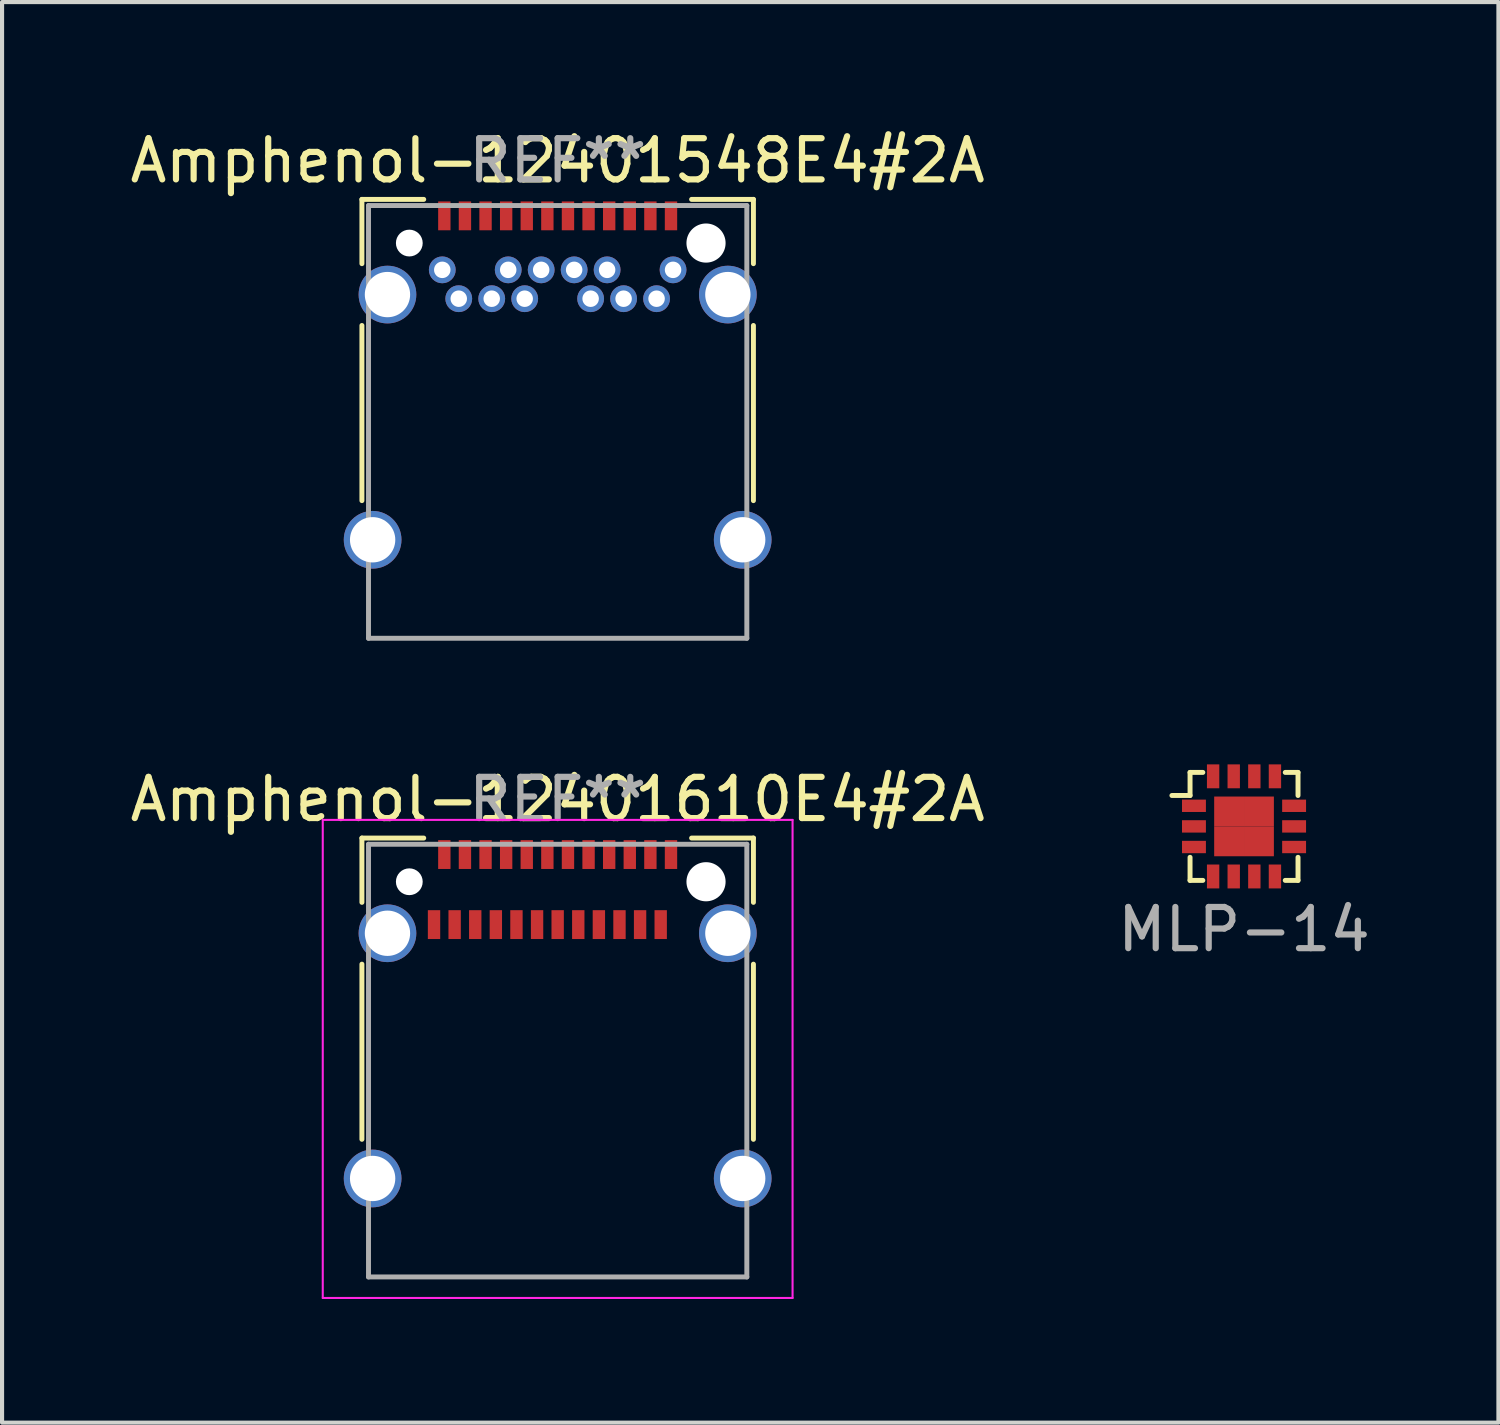
<source format=kicad_pcb>
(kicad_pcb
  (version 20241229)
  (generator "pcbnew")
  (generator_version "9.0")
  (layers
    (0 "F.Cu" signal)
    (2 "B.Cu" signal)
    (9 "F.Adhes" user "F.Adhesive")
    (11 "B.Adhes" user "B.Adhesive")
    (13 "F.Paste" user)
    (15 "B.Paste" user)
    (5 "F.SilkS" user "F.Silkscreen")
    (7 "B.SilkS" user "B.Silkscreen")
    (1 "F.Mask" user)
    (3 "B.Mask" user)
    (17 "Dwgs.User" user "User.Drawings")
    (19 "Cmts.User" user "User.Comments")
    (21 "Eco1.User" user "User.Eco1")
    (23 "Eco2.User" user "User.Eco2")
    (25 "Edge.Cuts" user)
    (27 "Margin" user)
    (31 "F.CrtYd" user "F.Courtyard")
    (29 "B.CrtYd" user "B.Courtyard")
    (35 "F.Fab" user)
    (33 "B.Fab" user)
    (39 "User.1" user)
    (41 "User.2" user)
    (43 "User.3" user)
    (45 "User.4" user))
  (footprint "MLP-14"
    (layer "F.Cu")
    (at 27.137 17.003)
    (property "Reference" "MLP-14" (at 0 2.5 0) (layer "F.Fab") (effects (font (size 1 1) (thickness 0.15))))
    (attr through_hole)
    (fp_line (start -1.75 -0.75) (end -1.31 -0.75) (stroke (width 0.12) (type solid)) (layer "F.SilkS"))
    (fp_line (start -1.31 -1.31) (end -1.31 -0.75) (stroke (width 0.12) (type solid)) (layer "F.SilkS"))
    (fp_line (start -1.31 1.31) (end -1.31 0.75) (stroke (width 0.12) (type solid)) (layer "F.SilkS"))
    (fp_line (start -1 -1.31) (end -1.31 -1.31) (stroke (width 0.12) (type solid)) (layer "F.SilkS"))
    (fp_line (start -1 1.31) (end -1.31 1.31) (stroke (width 0.12) (type solid)) (layer "F.SilkS"))
    (fp_line (start 1 -1.31) (end 1.31 -1.31) (stroke (width 0.12) (type solid)) (layer "F.SilkS"))
    (fp_line (start 1 1.31) (end 1.31 1.31) (stroke (width 0.12) (type solid)) (layer "F.SilkS"))
    (fp_line (start 1.31 -1.31) (end 1.31 -0.75) (stroke (width 0.12) (type solid)) (layer "F.SilkS"))
    (fp_line (start 1.31 1.31) (end 1.31 0.75) (stroke (width 0.12) (type solid)) (layer "F.SilkS"))
    (pad "1" smd rect (at -1.215 -0.5) (size 0.58 0.3) (layers "F.Cu" "F.Mask" "F.Paste"))
    (pad "2" smd rect (at -1.215 0) (size 0.58 0.3) (layers "F.Cu" "F.Mask" "F.Paste"))
    (pad "3" smd rect (at -1.215 0.5) (size 0.58 0.3) (layers "F.Cu" "F.Mask" "F.Paste"))
    (pad "4" smd rect (at -0.75 1.215) (size 0.3 0.58) (layers "F.Cu" "F.Mask" "F.Paste"))
    (pad "5" smd rect (at -0.25 1.215) (size 0.3 0.58) (layers "F.Cu" "F.Mask" "F.Paste"))
    (pad "6" smd rect (at 0.25 1.215) (size 0.3 0.58) (layers "F.Cu" "F.Mask" "F.Paste"))
    (pad "7" smd rect (at 0.75 1.215) (size 0.3 0.58) (layers "F.Cu" "F.Mask" "F.Paste"))
    (pad "8" smd rect (at 1.215 0.5) (size 0.58 0.3) (layers "F.Cu" "F.Mask" "F.Paste"))
    (pad "9" smd rect (at 1.215 0) (size 0.58 0.3) (layers "F.Cu" "F.Mask" "F.Paste"))
    (pad "10" smd rect (at 1.215 -0.5) (size 0.58 0.3) (layers "F.Cu" "F.Mask" "F.Paste"))
    (pad "11" smd rect (at 0.75 -1.215) (size 0.3 0.58) (layers "F.Cu" "F.Mask" "F.Paste"))
    (pad "12" smd rect (at 0.25 -1.215) (size 0.3 0.58) (layers "F.Cu" "F.Mask" "F.Paste"))
    (pad "13" smd rect (at -0.25 -1.215) (size 0.3 0.58) (layers "F.Cu" "F.Mask" "F.Paste"))
    (pad "14" smd rect (at -0.75 -1.215) (size 0.3 0.58) (layers "F.Cu" "F.Mask" "F.Paste"))
    (pad "15" smd rect (at -0.362 -0.362) (size 0.725 0.725) (layers "F.Cu" "F.Mask" "F.Paste"))
    (pad "15" smd rect (at -0.362 0.362) (size 0.725 0.725) (layers "F.Cu" "F.Mask" "F.Paste"))
    (pad "15" smd rect (at 0.362 -0.362) (size 0.725 0.725) (layers "F.Cu" "F.Mask" "F.Paste"))
    (pad "15" smd rect (at 0.362 0.362) (size 0.725 0.725) (layers "F.Cu" "F.Mask" "F.Paste")))
  (footprint "Amphenol-12401548E4#2A"
    (layer "F.Cu")
    (at 10.482 2.848)
    (property "Reference" "Amphenol-12401548E4#2A" (at 0 -2 0) (layer "F.SilkS") (effects (font (size 1 1) (thickness 0.15))))
    (attr through_hole)
    (fp_line (start -4.75 -1.06) (end -4.75 0.5) (stroke (width 0.12) (type solid)) (layer "F.SilkS"))
    (fp_line (start -4.75 -1.06) (end -3.25 -1.06) (stroke (width 0.12) (type solid)) (layer "F.SilkS"))
    (fp_line (start -4.75 2) (end -4.75 6.25) (stroke (width 0.12) (type solid)) (layer "F.SilkS"))
    (fp_line (start 3.25 -1.06) (end 4.75 -1.06) (stroke (width 0.12) (type solid)) (layer "F.SilkS"))
    (fp_line (start 4.75 -1.06) (end 4.75 0.5) (stroke (width 0.12) (type solid)) (layer "F.SilkS"))
    (fp_line (start 4.75 2) (end 4.75 6.25) (stroke (width 0.12) (type solid)) (layer "F.SilkS"))
    (fp_line (start -4.59 -0.91) (end 4.59 -0.91) (stroke (width 0.12) (type solid)) (layer "F.Fab"))
    (fp_line (start -4.59 9.59) (end -4.59 -0.91) (stroke (width 0.12) (type solid)) (layer "F.Fab"))
    (fp_line (start -4.59 9.59) (end 4.59 9.59) (stroke (width 0.12) (type solid)) (layer "F.Fab"))
    (fp_line (start 4.59 9.59) (end 4.59 -0.91) (stroke (width 0.12) (type solid)) (layer "F.Fab"))
    (fp_text user "REF**" (at 0 -2 0) (layer "F.Fab") (effects (font (size 1 1) (thickness 0.15))))
    (pad "" np_thru_hole circle (at -3.6 0) (size 0.65 0.65) (drill 0.65) (layers "*.Cu" "*.Mask"))
    (pad "" np_thru_hole circle (at 3.6 0) (size 0.95 0.95) (drill 0.95) (layers "*.Cu" "*.Mask"))
    (pad "A1" smd rect (at -2.75 -0.66) (size 0.3 0.7) (layers "F.Cu" "F.Mask" "F.Paste"))
    (pad "A2" smd rect (at -2.25 -0.66) (size 0.3 0.7) (layers "F.Cu" "F.Mask" "F.Paste"))
    (pad "A3" smd rect (at -1.75 -0.66) (size 0.3 0.7) (layers "F.Cu" "F.Mask" "F.Paste"))
    (pad "A4" smd rect (at -1.25 -0.66) (size 0.3 0.7) (layers "F.Cu" "F.Mask" "F.Paste"))
    (pad "A5" smd rect (at -0.75 -0.66) (size 0.3 0.7) (layers "F.Cu" "F.Mask" "F.Paste"))
    (pad "A6" smd rect (at -0.25 -0.66) (size 0.3 0.7) (layers "F.Cu" "F.Mask" "F.Paste"))
    (pad "A7" smd rect (at 0.25 -0.66) (size 0.3 0.7) (layers "F.Cu" "F.Mask" "F.Paste"))
    (pad "A8" smd rect (at 0.75 -0.66) (size 0.3 0.7) (layers "F.Cu" "F.Mask" "F.Paste"))
    (pad "A9" smd rect (at 1.25 -0.66) (size 0.3 0.7) (layers "F.Cu" "F.Mask" "F.Paste"))
    (pad "A10" smd rect (at 1.75 -0.66) (size 0.3 0.7) (layers "F.Cu" "F.Mask" "F.Paste"))
    (pad "A11" smd rect (at 2.25 -0.66) (size 0.3 0.7) (layers "F.Cu" "F.Mask" "F.Paste"))
    (pad "A12" smd rect (at 2.75 -0.66) (size 0.3 0.7) (layers "F.Cu" "F.Mask" "F.Paste"))
    (pad "B1" thru_hole circle (at 2.8 0.65) (size 0.65 0.65) (drill 0.4) (layers "*.Cu" "*.Mask"))
    (pad "B2" thru_hole circle (at 2.4 1.35) (size 0.65 0.65) (drill 0.4) (layers "*.Cu" "*.Mask"))
    (pad "B3" thru_hole circle (at 1.6 1.35) (size 0.65 0.65) (drill 0.4) (layers "*.Cu" "*.Mask"))
    (pad "B4" thru_hole circle (at 1.2 0.65) (size 0.65 0.65) (drill 0.4) (layers "*.Cu" "*.Mask"))
    (pad "B5" thru_hole circle (at 0.8 1.35) (size 0.65 0.65) (drill 0.4) (layers "*.Cu" "*.Mask"))
    (pad "B6" thru_hole circle (at 0.4 0.65) (size 0.65 0.65) (drill 0.4) (layers "*.Cu" "*.Mask"))
    (pad "B7" thru_hole circle (at -0.4 0.65) (size 0.65 0.65) (drill 0.4) (layers "*.Cu" "*.Mask"))
    (pad "B8" thru_hole circle (at -0.8 1.35) (size 0.65 0.65) (drill 0.4) (layers "*.Cu" "*.Mask"))
    (pad "B9" thru_hole circle (at -1.2 0.65) (size 0.65 0.65) (drill 0.4) (layers "*.Cu" "*.Mask"))
    (pad "B10" thru_hole circle (at -1.6 1.35) (size 0.65 0.65) (drill 0.4) (layers "*.Cu" "*.Mask"))
    (pad "B11" thru_hole circle (at -2.4 1.35) (size 0.65 0.65) (drill 0.4) (layers "*.Cu" "*.Mask"))
    (pad "B12" thru_hole circle (at -2.8 0.65) (size 0.65 0.65) (drill 0.4) (layers "*.Cu" "*.Mask"))
    (pad "SH" thru_hole circle (at -4.49 7.2) (size 1.4 1.4) (drill 1.1) (layers "*.Cu" "*.Mask"))
    (pad "SH" thru_hole circle (at -4.13 1.25) (size 1.4 1.4) (drill 1.1) (layers "*.Cu" "*.Mask"))
    (pad "SH" thru_hole circle (at 4.13 1.25) (size 1.4 1.4) (drill 1.1) (layers "*.Cu" "*.Mask"))
    (pad "SH" thru_hole circle (at 4.49 7.2) (size 1.4 1.4) (drill 1.1) (layers "*.Cu" "*.Mask")))
  (footprint "Amphenol-12401610E4#2A"
    (layer "F.Cu")
    (at 10.482 18.346)
    (property "Reference" "Amphenol-12401610E4#2A" (at 0 -2 0) (layer "F.SilkS") (effects (font (size 1 1) (thickness 0.15))))
    (attr smd)
    (fp_line (start -4.75 -1.06) (end -4.75 0.5) (stroke (width 0.12) (type solid)) (layer "F.SilkS"))
    (fp_line (start -4.75 -1.06) (end -3.25 -1.06) (stroke (width 0.12) (type solid)) (layer "F.SilkS"))
    (fp_line (start -4.75 2) (end -4.75 6.25) (stroke (width 0.12) (type solid)) (layer "F.SilkS"))
    (fp_line (start 3.25 -1.06) (end 4.75 -1.06) (stroke (width 0.12) (type solid)) (layer "F.SilkS"))
    (fp_line (start 4.75 -1.06) (end 4.75 0.5) (stroke (width 0.12) (type solid)) (layer "F.SilkS"))
    (fp_line (start 4.75 2) (end 4.75 6.25) (stroke (width 0.12) (type solid)) (layer "F.SilkS"))
    (fp_line (start -5.7 -1.5) (end 5.7 -1.5) (stroke (width 0.05) (type solid)) (layer "F.CrtYd"))
    (fp_line (start -5.7 10.1) (end -5.7 -1.5) (stroke (width 0.05) (type solid)) (layer "F.CrtYd"))
    (fp_line (start 5.7 -1.5) (end 5.7 10.1) (stroke (width 0.05) (type solid)) (layer "F.CrtYd"))
    (fp_line (start 5.7 10.1) (end -5.7 10.1) (stroke (width 0.05) (type solid)) (layer "F.CrtYd"))
    (fp_line (start -4.59 -0.91) (end 4.59 -0.91) (stroke (width 0.12) (type solid)) (layer "F.Fab"))
    (fp_line (start -4.59 9.59) (end -4.59 -0.91) (stroke (width 0.12) (type solid)) (layer "F.Fab"))
    (fp_line (start -4.59 9.59) (end 4.59 9.59) (stroke (width 0.12) (type solid)) (layer "F.Fab"))
    (fp_line (start 4.59 9.59) (end 4.59 -0.91) (stroke (width 0.12) (type solid)) (layer "F.Fab"))
    (fp_text user "REF**" (at 0 -2 0) (layer "F.Fab") (effects (font (size 1 1) (thickness 0.15))))
    (pad "" np_thru_hole circle (at -3.6 0) (size 0.65 0.65) (drill 0.65) (layers "*.Cu" "*.Mask"))
    (pad "" np_thru_hole circle (at 3.6 0) (size 0.95 0.95) (drill 0.95) (layers "*.Cu" "*.Mask"))
    (pad "A1" smd rect (at -2.75 -0.66) (size 0.3 0.7) (layers "F.Cu" "F.Mask" "F.Paste"))
    (pad "A2" smd rect (at -2.25 -0.66) (size 0.3 0.7) (layers "F.Cu" "F.Mask" "F.Paste"))
    (pad "A3" smd rect (at -1.75 -0.66) (size 0.3 0.7) (layers "F.Cu" "F.Mask" "F.Paste"))
    (pad "A4" smd rect (at -1.25 -0.66) (size 0.3 0.7) (layers "F.Cu" "F.Mask" "F.Paste"))
    (pad "A5" smd rect (at -0.75 -0.66) (size 0.3 0.7) (layers "F.Cu" "F.Mask" "F.Paste"))
    (pad "A6" smd rect (at -0.25 -0.66) (size 0.3 0.7) (layers "F.Cu" "F.Mask" "F.Paste"))
    (pad "A7" smd rect (at 0.25 -0.66) (size 0.3 0.7) (layers "F.Cu" "F.Mask" "F.Paste"))
    (pad "A8" smd rect (at 0.75 -0.66) (size 0.3 0.7) (layers "F.Cu" "F.Mask" "F.Paste"))
    (pad "A9" smd rect (at 1.25 -0.66) (size 0.3 0.7) (layers "F.Cu" "F.Mask" "F.Paste"))
    (pad "A10" smd rect (at 1.75 -0.66) (size 0.3 0.7) (layers "F.Cu" "F.Mask" "F.Paste"))
    (pad "A11" smd rect (at 2.25 -0.66) (size 0.3 0.7) (layers "F.Cu" "F.Mask" "F.Paste"))
    (pad "A12" smd rect (at 2.75 -0.66) (size 0.3 0.7) (layers "F.Cu" "F.Mask" "F.Paste"))
    (pad "B1" smd rect (at 2.5 1.04) (size 0.3 0.7) (layers "F.Cu" "F.Mask" "F.Paste"))
    (pad "B2" smd rect (at 2 1.04) (size 0.3 0.7) (layers "F.Cu" "F.Mask" "F.Paste"))
    (pad "B3" smd rect (at 1.5 1.04) (size 0.3 0.7) (layers "F.Cu" "F.Mask" "F.Paste"))
    (pad "B4" smd rect (at 1 1.04) (size 0.3 0.7) (layers "F.Cu" "F.Mask" "F.Paste"))
    (pad "B5" smd rect (at 0.5 1.04) (size 0.3 0.7) (layers "F.Cu" "F.Mask" "F.Paste"))
    (pad "B6" smd rect (at 0 1.04) (size 0.3 0.7) (layers "F.Cu" "F.Mask" "F.Paste"))
    (pad "B7" smd rect (at -0.5 1.04) (size 0.3 0.7) (layers "F.Cu" "F.Mask" "F.Paste"))
    (pad "B8" smd rect (at -1 1.04) (size 0.3 0.7) (layers "F.Cu" "F.Mask" "F.Paste"))
    (pad "B9" smd rect (at -1.5 1.04) (size 0.3 0.7) (layers "F.Cu" "F.Mask" "F.Paste"))
    (pad "B10" smd rect (at -2 1.04) (size 0.3 0.7) (layers "F.Cu" "F.Mask" "F.Paste"))
    (pad "B11" smd rect (at -2.5 1.04) (size 0.3 0.7) (layers "F.Cu" "F.Mask" "F.Paste"))
    (pad "B12" smd rect (at -3 1.04) (size 0.3 0.7) (layers "F.Cu" "F.Mask" "F.Paste"))
    (pad "SH" thru_hole circle (at -4.49 7.2) (size 1.4 1.4) (drill 1.1) (layers "*.Cu" "*.Mask"))
    (pad "SH" thru_hole circle (at -4.13 1.25) (size 1.4 1.4) (drill 1.1) (layers "*.Cu" "*.Mask"))
    (pad "SH" thru_hole circle (at 4.13 1.25) (size 1.4 1.4) (drill 1.1) (layers "*.Cu" "*.Mask"))
    (pad "SH" thru_hole circle (at 4.49 7.2) (size 1.4 1.4) (drill 1.1) (layers "*.Cu" "*.Mask")))
  (gr_rect
    (start -3 -3)
    (end 33.31 31.471)
    (stroke (width 0.1) (type default))
    (fill no)
    (layer "Edge.Cuts")))
</source>
